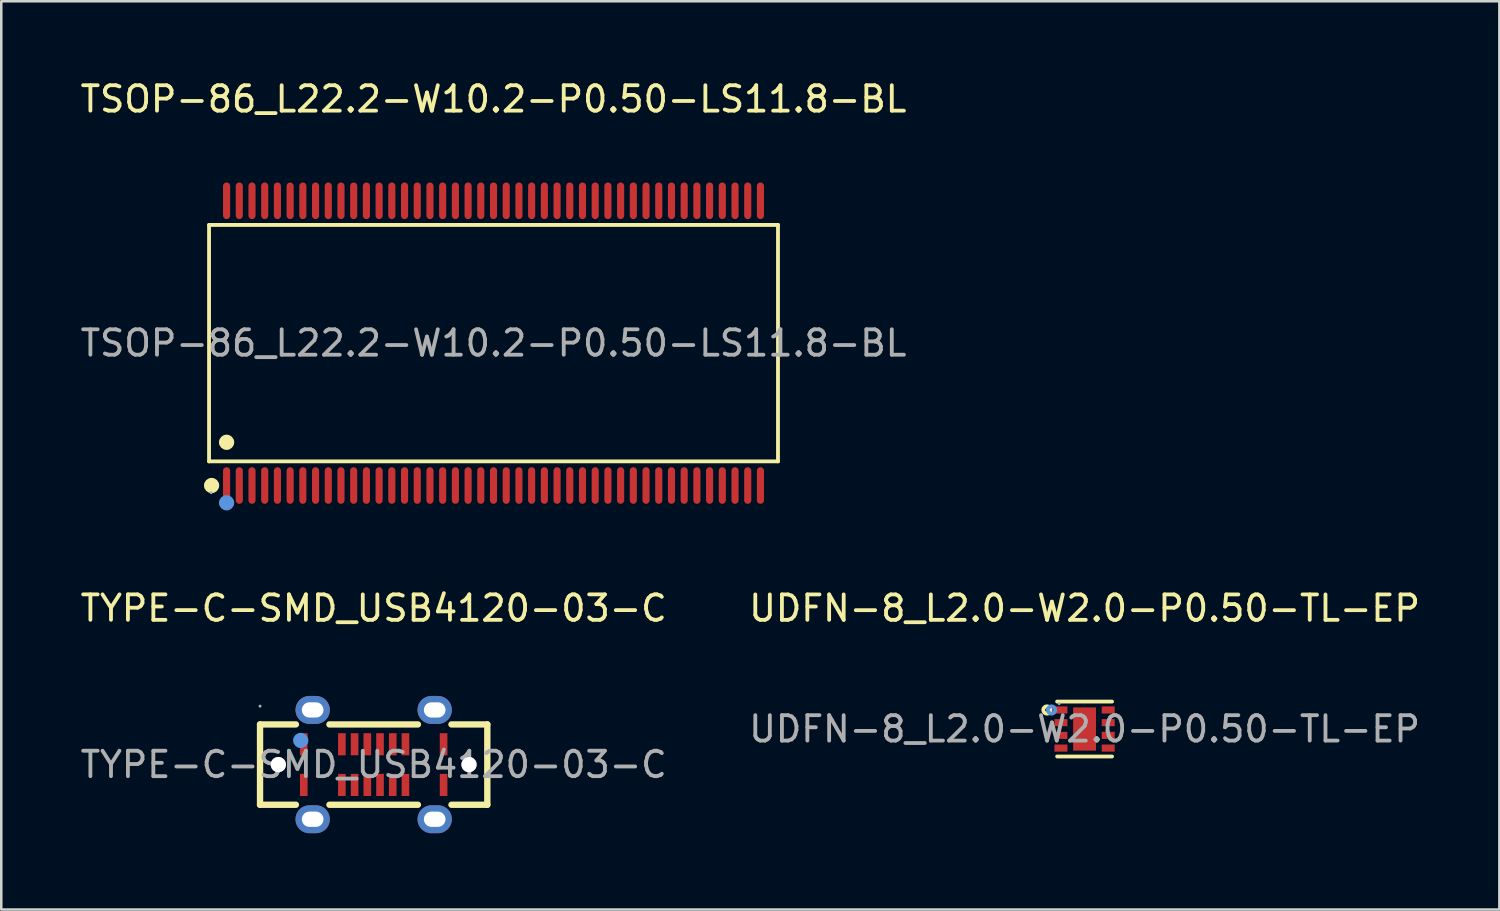
<source format=kicad_pcb>
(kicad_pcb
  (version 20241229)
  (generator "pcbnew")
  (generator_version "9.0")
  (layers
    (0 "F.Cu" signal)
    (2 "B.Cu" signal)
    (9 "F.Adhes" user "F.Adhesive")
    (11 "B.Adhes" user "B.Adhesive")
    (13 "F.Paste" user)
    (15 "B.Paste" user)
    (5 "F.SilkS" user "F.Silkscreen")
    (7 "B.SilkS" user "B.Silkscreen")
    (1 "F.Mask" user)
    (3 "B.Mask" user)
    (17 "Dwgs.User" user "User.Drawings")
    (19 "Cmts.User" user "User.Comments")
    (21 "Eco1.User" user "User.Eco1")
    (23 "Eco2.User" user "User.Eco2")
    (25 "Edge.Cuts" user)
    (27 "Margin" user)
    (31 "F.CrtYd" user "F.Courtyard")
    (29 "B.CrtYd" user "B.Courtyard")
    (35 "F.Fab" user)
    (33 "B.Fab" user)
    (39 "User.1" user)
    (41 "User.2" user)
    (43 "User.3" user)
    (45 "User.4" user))
  (footprint "UDFN-8_L2.0-W2.0-P0.50-TL-EP"
    (layer "F.Cu")
    (at 39.613 25.627)
    (property "Reference" "UDFN-8_L2.0-W2.0-P0.50-TL-EP" (at 0 -4.75 0) (layer "F.SilkS") (effects (font (size 1 1) (thickness 0.15))))
    (attr smd)
    (fp_line (start -1.08 -1.08) (end 1.08 -1.08) (stroke (width 0.15) (type solid)) (layer "F.SilkS"))
    (fp_line (start -1.08 1.08) (end 1.08 1.08) (stroke (width 0.15) (type solid)) (layer "F.SilkS"))
    (fp_circle (center -1.48 -0.75) (end -1.41 -0.75) (stroke (width 0.15) (type solid)) (fill no) (layer "F.SilkS"))
    (fp_circle (center -1.3 -0.75) (end -1.23 -0.75) (stroke (width 0.15) (type solid)) (fill no) (layer "Cmts.User"))
    (fp_circle (center -1 -1) (end -0.97 -1) (stroke (width 0.06) (type solid)) (fill no) (layer "F.Fab"))
    (fp_text user "${REFERENCE}" (at 0 0 0) (layer "F.Fab") (effects (font (size 1 1) (thickness 0.15))))
    (pad "1" smd rect (at -0.93 -0.75) (size 0.51 0.28) (layers "F.Cu" "F.Mask" "F.Paste"))
    (pad "2" smd rect (at -0.93 -0.25) (size 0.51 0.28) (layers "F.Cu" "F.Mask" "F.Paste"))
    (pad "3" smd rect (at -0.93 0.25) (size 0.51 0.28) (layers "F.Cu" "F.Mask" "F.Paste"))
    (pad "4" smd rect (at -0.93 0.75) (size 0.51 0.28) (layers "F.Cu" "F.Mask" "F.Paste"))
    (pad "5" smd rect (at 0.93 0.75) (size 0.51 0.28) (layers "F.Cu" "F.Mask" "F.Paste"))
    (pad "6" smd rect (at 0.93 0.25) (size 0.51 0.28) (layers "F.Cu" "F.Mask" "F.Paste"))
    (pad "7" smd rect (at 0.93 -0.25) (size 0.51 0.28) (layers "F.Cu" "F.Mask" "F.Paste"))
    (pad "8" smd rect (at 0.93 -0.75) (size 0.51 0.28) (layers "F.Cu" "F.Mask" "F.Paste"))
    (pad "9" smd rect (at 0 0) (size 0.9 1.7) (layers "F.Cu" "F.Mask" "F.Paste")))
  (footprint "TSOP-86_L22.2-W10.2-P0.50-LS11.8-BL"
    (layer "F.Cu")
    (at 16.363 10.448)
    (property "Reference" "TSOP-86_L22.2-W10.2-P0.50-LS11.8-BL" (at 0 -9.6 0) (layer "F.SilkS") (effects (font (size 1 1) (thickness 0.15))))
    (attr smd)
    (fp_line (start -11.19 -4.65) (end 11.19 -4.65) (stroke (width 0.15) (type solid)) (layer "F.SilkS"))
    (fp_line (start -11.19 4.65) (end -11.19 -4.65) (stroke (width 0.15) (type solid)) (layer "F.SilkS"))
    (fp_line (start 11.19 -4.65) (end 11.19 4.65) (stroke (width 0.15) (type solid)) (layer "F.SilkS"))
    (fp_line (start 11.19 4.65) (end -11.19 4.65) (stroke (width 0.15) (type solid)) (layer "F.SilkS"))
    (fp_circle (center -11.09 5.6) (end -10.94 5.6) (stroke (width 0.3) (type solid)) (fill no) (layer "F.SilkS"))
    (fp_circle (center -10.5 3.9) (end -10.35 3.9) (stroke (width 0.3) (type solid)) (fill no) (layer "F.SilkS"))
    (fp_circle (center -10.5 6.28) (end -10.35 6.28) (stroke (width 0.3) (type solid)) (fill no) (layer "Cmts.User"))
    (fp_circle (center -11.11 5.88) (end -11.08 5.88) (stroke (width 0.06) (type solid)) (fill no) (layer "F.Fab"))
    (fp_text user "${REFERENCE}" (at 0 0 0) (layer "F.Fab") (effects (font (size 1 1) (thickness 0.15))))
    (pad "1" smd oval (at -10.5 5.6) (size 0.28 1.44) (layers "F.Cu" "F.Mask" "F.Paste"))
    (pad "2" smd oval (at -10 5.6) (size 0.28 1.44) (layers "F.Cu" "F.Mask" "F.Paste"))
    (pad "3" smd oval (at -9.5 5.6) (size 0.28 1.44) (layers "F.Cu" "F.Mask" "F.Paste"))
    (pad "4" smd oval (at -9 5.6) (size 0.28 1.44) (layers "F.Cu" "F.Mask" "F.Paste"))
    (pad "5" smd oval (at -8.5 5.6) (size 0.28 1.44) (layers "F.Cu" "F.Mask" "F.Paste"))
    (pad "6" smd oval (at -8 5.6) (size 0.28 1.44) (layers "F.Cu" "F.Mask" "F.Paste"))
    (pad "7" smd oval (at -7.5 5.6) (size 0.28 1.44) (layers "F.Cu" "F.Mask" "F.Paste"))
    (pad "8" smd oval (at -7 5.6) (size 0.28 1.44) (layers "F.Cu" "F.Mask" "F.Paste"))
    (pad "9" smd oval (at -6.5 5.6) (size 0.28 1.44) (layers "F.Cu" "F.Mask" "F.Paste"))
    (pad "10" smd oval (at -6 5.6) (size 0.28 1.44) (layers "F.Cu" "F.Mask" "F.Paste"))
    (pad "11" smd oval (at -5.5 5.6) (size 0.28 1.44) (layers "F.Cu" "F.Mask" "F.Paste"))
    (pad "12" smd oval (at -5 5.6) (size 0.28 1.44) (layers "F.Cu" "F.Mask" "F.Paste"))
    (pad "13" smd oval (at -4.5 5.6) (size 0.28 1.44) (layers "F.Cu" "F.Mask" "F.Paste"))
    (pad "14" smd oval (at -4 5.6) (size 0.28 1.44) (layers "F.Cu" "F.Mask" "F.Paste"))
    (pad "15" smd oval (at -3.5 5.6) (size 0.28 1.44) (layers "F.Cu" "F.Mask" "F.Paste"))
    (pad "16" smd oval (at -3 5.6) (size 0.28 1.44) (layers "F.Cu" "F.Mask" "F.Paste"))
    (pad "17" smd oval (at -2.5 5.6) (size 0.28 1.44) (layers "F.Cu" "F.Mask" "F.Paste"))
    (pad "18" smd oval (at -2 5.6) (size 0.28 1.44) (layers "F.Cu" "F.Mask" "F.Paste"))
    (pad "19" smd oval (at -1.5 5.6) (size 0.28 1.44) (layers "F.Cu" "F.Mask" "F.Paste"))
    (pad "20" smd oval (at -1 5.6) (size 0.28 1.44) (layers "F.Cu" "F.Mask" "F.Paste"))
    (pad "21" smd oval (at -0.5 5.6) (size 0.28 1.44) (layers "F.Cu" "F.Mask" "F.Paste"))
    (pad "22" smd oval (at 0 5.6) (size 0.28 1.44) (layers "F.Cu" "F.Mask" "F.Paste"))
    (pad "23" smd oval (at 0.5 5.6) (size 0.28 1.44) (layers "F.Cu" "F.Mask" "F.Paste"))
    (pad "24" smd oval (at 1 5.6) (size 0.28 1.44) (layers "F.Cu" "F.Mask" "F.Paste"))
    (pad "25" smd oval (at 1.5 5.6) (size 0.28 1.44) (layers "F.Cu" "F.Mask" "F.Paste"))
    (pad "26" smd oval (at 2 5.6) (size 0.28 1.44) (layers "F.Cu" "F.Mask" "F.Paste"))
    (pad "27" smd oval (at 2.5 5.6) (size 0.28 1.44) (layers "F.Cu" "F.Mask" "F.Paste"))
    (pad "28" smd oval (at 3 5.6) (size 0.28 1.44) (layers "F.Cu" "F.Mask" "F.Paste"))
    (pad "29" smd oval (at 3.5 5.6) (size 0.28 1.44) (layers "F.Cu" "F.Mask" "F.Paste"))
    (pad "30" smd oval (at 4 5.6) (size 0.28 1.44) (layers "F.Cu" "F.Mask" "F.Paste"))
    (pad "31" smd oval (at 4.5 5.6) (size 0.28 1.44) (layers "F.Cu" "F.Mask" "F.Paste"))
    (pad "32" smd oval (at 5 5.6) (size 0.28 1.44) (layers "F.Cu" "F.Mask" "F.Paste"))
    (pad "33" smd oval (at 5.5 5.6) (size 0.28 1.44) (layers "F.Cu" "F.Mask" "F.Paste"))
    (pad "34" smd oval (at 6 5.6) (size 0.28 1.44) (layers "F.Cu" "F.Mask" "F.Paste"))
    (pad "35" smd oval (at 6.5 5.6) (size 0.28 1.44) (layers "F.Cu" "F.Mask" "F.Paste"))
    (pad "36" smd oval (at 7 5.6) (size 0.28 1.44) (layers "F.Cu" "F.Mask" "F.Paste"))
    (pad "37" smd oval (at 7.5 5.6) (size 0.28 1.44) (layers "F.Cu" "F.Mask" "F.Paste"))
    (pad "38" smd oval (at 8 5.6) (size 0.28 1.44) (layers "F.Cu" "F.Mask" "F.Paste"))
    (pad "39" smd oval (at 8.5 5.6) (size 0.28 1.44) (layers "F.Cu" "F.Mask" "F.Paste"))
    (pad "40" smd oval (at 9 5.6) (size 0.28 1.44) (layers "F.Cu" "F.Mask" "F.Paste"))
    (pad "41" smd oval (at 9.5 5.6) (size 0.28 1.44) (layers "F.Cu" "F.Mask" "F.Paste"))
    (pad "42" smd oval (at 10 5.6) (size 0.28 1.44) (layers "F.Cu" "F.Mask" "F.Paste"))
    (pad "43" smd oval (at 10.5 5.6) (size 0.28 1.44) (layers "F.Cu" "F.Mask" "F.Paste"))
    (pad "44" smd oval (at 10.5 -5.6) (size 0.28 1.44) (layers "F.Cu" "F.Mask" "F.Paste"))
    (pad "45" smd oval (at 10 -5.6) (size 0.28 1.44) (layers "F.Cu" "F.Mask" "F.Paste"))
    (pad "46" smd oval (at 9.5 -5.6) (size 0.28 1.44) (layers "F.Cu" "F.Mask" "F.Paste"))
    (pad "47" smd oval (at 9 -5.6) (size 0.28 1.44) (layers "F.Cu" "F.Mask" "F.Paste"))
    (pad "48" smd oval (at 8.5 -5.6) (size 0.28 1.44) (layers "F.Cu" "F.Mask" "F.Paste"))
    (pad "49" smd oval (at 8 -5.6) (size 0.28 1.44) (layers "F.Cu" "F.Mask" "F.Paste"))
    (pad "50" smd oval (at 7.5 -5.6) (size 0.28 1.44) (layers "F.Cu" "F.Mask" "F.Paste"))
    (pad "51" smd oval (at 7 -5.6) (size 0.28 1.44) (layers "F.Cu" "F.Mask" "F.Paste"))
    (pad "52" smd oval (at 6.5 -5.6) (size 0.28 1.44) (layers "F.Cu" "F.Mask" "F.Paste"))
    (pad "53" smd oval (at 6 -5.6) (size 0.28 1.44) (layers "F.Cu" "F.Mask" "F.Paste"))
    (pad "54" smd oval (at 5.5 -5.6) (size 0.28 1.44) (layers "F.Cu" "F.Mask" "F.Paste"))
    (pad "55" smd oval (at 5 -5.6) (size 0.28 1.44) (layers "F.Cu" "F.Mask" "F.Paste"))
    (pad "56" smd oval (at 4.5 -5.6) (size 0.28 1.44) (layers "F.Cu" "F.Mask" "F.Paste"))
    (pad "57" smd oval (at 4 -5.6) (size 0.28 1.44) (layers "F.Cu" "F.Mask" "F.Paste"))
    (pad "58" smd oval (at 3.5 -5.6) (size 0.28 1.44) (layers "F.Cu" "F.Mask" "F.Paste"))
    (pad "59" smd oval (at 3 -5.6) (size 0.28 1.44) (layers "F.Cu" "F.Mask" "F.Paste"))
    (pad "60" smd oval (at 2.5 -5.6) (size 0.28 1.44) (layers "F.Cu" "F.Mask" "F.Paste"))
    (pad "61" smd oval (at 2 -5.6) (size 0.28 1.44) (layers "F.Cu" "F.Mask" "F.Paste"))
    (pad "62" smd oval (at 1.5 -5.6) (size 0.28 1.44) (layers "F.Cu" "F.Mask" "F.Paste"))
    (pad "63" smd oval (at 1 -5.6) (size 0.28 1.44) (layers "F.Cu" "F.Mask" "F.Paste"))
    (pad "64" smd oval (at 0.5 -5.6) (size 0.28 1.44) (layers "F.Cu" "F.Mask" "F.Paste"))
    (pad "65" smd oval (at 0 -5.6) (size 0.28 1.44) (layers "F.Cu" "F.Mask" "F.Paste"))
    (pad "66" smd oval (at -0.5 -5.6) (size 0.28 1.44) (layers "F.Cu" "F.Mask" "F.Paste"))
    (pad "67" smd oval (at -1 -5.6) (size 0.28 1.44) (layers "F.Cu" "F.Mask" "F.Paste"))
    (pad "68" smd oval (at -1.5 -5.6) (size 0.28 1.44) (layers "F.Cu" "F.Mask" "F.Paste"))
    (pad "69" smd oval (at -2 -5.6) (size 0.28 1.44) (layers "F.Cu" "F.Mask" "F.Paste"))
    (pad "70" smd oval (at -2.5 -5.6) (size 0.28 1.44) (layers "F.Cu" "F.Mask" "F.Paste"))
    (pad "71" smd oval (at -3 -5.6) (size 0.28 1.44) (layers "F.Cu" "F.Mask" "F.Paste"))
    (pad "72" smd oval (at -3.5 -5.6) (size 0.28 1.44) (layers "F.Cu" "F.Mask" "F.Paste"))
    (pad "73" smd oval (at -4 -5.6) (size 0.28 1.44) (layers "F.Cu" "F.Mask" "F.Paste"))
    (pad "74" smd oval (at -4.5 -5.6) (size 0.28 1.44) (layers "F.Cu" "F.Mask" "F.Paste"))
    (pad "75" smd oval (at -5 -5.6) (size 0.28 1.44) (layers "F.Cu" "F.Mask" "F.Paste"))
    (pad "76" smd oval (at -5.5 -5.6) (size 0.28 1.44) (layers "F.Cu" "F.Mask" "F.Paste"))
    (pad "77" smd oval (at -6 -5.6) (size 0.28 1.44) (layers "F.Cu" "F.Mask" "F.Paste"))
    (pad "78" smd oval (at -6.5 -5.6) (size 0.28 1.44) (layers "F.Cu" "F.Mask" "F.Paste"))
    (pad "79" smd oval (at -7 -5.6) (size 0.28 1.44) (layers "F.Cu" "F.Mask" "F.Paste"))
    (pad "80" smd oval (at -7.5 -5.6) (size 0.28 1.44) (layers "F.Cu" "F.Mask" "F.Paste"))
    (pad "81" smd oval (at -8 -5.6) (size 0.28 1.44) (layers "F.Cu" "F.Mask" "F.Paste"))
    (pad "82" smd oval (at -8.5 -5.6) (size 0.28 1.44) (layers "F.Cu" "F.Mask" "F.Paste"))
    (pad "83" smd oval (at -9 -5.6) (size 0.28 1.44) (layers "F.Cu" "F.Mask" "F.Paste"))
    (pad "84" smd oval (at -9.5 -5.6) (size 0.28 1.44) (layers "F.Cu" "F.Mask" "F.Paste"))
    (pad "85" smd oval (at -10 -5.6) (size 0.28 1.44) (layers "F.Cu" "F.Mask" "F.Paste"))
    (pad "86" smd oval (at -10.5 -5.6) (size 0.28 1.44) (layers "F.Cu" "F.Mask" "F.Paste")))
  (footprint "TYPE-C-SMD_USB4120-03-C"
    (layer "F.Cu")
    (at 11.649 27.026)
    (property "Reference" "TYPE-C-SMD_USB4120-03-C" (at 0 -6.15 0) (layer "F.SilkS") (effects (font (size 1 1) (thickness 0.15))))
    (attr smd)
    (fp_line (start -4.47 -1.58) (end -3.06 -1.58) (stroke (width 0.25) (type solid)) (layer "F.SilkS"))
    (fp_line (start -4.47 1.58) (end -4.47 -1.58) (stroke (width 0.25) (type solid)) (layer "F.SilkS"))
    (fp_line (start -3.06 1.58) (end -4.47 1.58) (stroke (width 0.25) (type solid)) (layer "F.SilkS"))
    (fp_line (start -1.74 -1.58) (end 1.74 -1.58) (stroke (width 0.25) (type solid)) (layer "F.SilkS"))
    (fp_line (start 1.74 1.58) (end -1.74 1.58) (stroke (width 0.25) (type solid)) (layer "F.SilkS"))
    (fp_line (start 3.06 -1.58) (end 4.47 -1.58) (stroke (width 0.25) (type solid)) (layer "F.SilkS"))
    (fp_line (start 4.47 -1.58) (end 4.47 1.58) (stroke (width 0.25) (type solid)) (layer "F.SilkS"))
    (fp_line (start 4.47 1.58) (end 3.06 1.58) (stroke (width 0.25) (type solid)) (layer "F.SilkS"))
    (fp_circle (center -3.75 0) (end -3.65 0) (stroke (width 0.2) (type solid)) (fill no) (layer "Cmts.User"))
    (fp_circle (center -2.87 -0.95) (end -2.72 -0.95) (stroke (width 0.3) (type solid)) (fill no) (layer "Cmts.User"))
    (fp_circle (center 3.75 0) (end 3.85 0) (stroke (width 0.2) (type solid)) (fill no) (layer "Cmts.User"))
    (fp_circle (center -4.47 -2.3) (end -4.44 -2.3) (stroke (width 0.06) (type solid)) (fill no) (layer "F.Fab"))
    (fp_text user "${REFERENCE}" (at 0 0 0) (layer "F.Fab") (effects (font (size 1 1) (thickness 0.15))))
    (pad "" thru_hole circle (at -3.75 0) (size 0.6 0.6) (drill 0.6) (layers "*.Cu" "*.Mask"))
    (pad "" thru_hole circle (at 3.75 0) (size 0.6 0.6) (drill 0.6) (layers "*.Cu" "*.Mask"))
    (pad "0" thru_hole oval (at -2.4 -2.15 270) (size 1.1 1.35) (drill oval 0.6 0.85) (layers "*.Cu" "*.Paste" "*.Mask"))
    (pad "0" thru_hole oval (at -2.4 2.15 270) (size 1.1 1.35) (drill oval 0.6 0.85) (layers "*.Cu" "*.Paste" "*.Mask"))
    (pad "0" thru_hole oval (at 2.4 -2.15 270) (size 1.1 1.35) (drill oval 0.6 0.85) (layers "*.Cu" "*.Paste" "*.Mask"))
    (pad "0" thru_hole oval (at 2.4 2.15 270) (size 1.1 1.35) (drill oval 0.6 0.85) (layers "*.Cu" "*.Paste" "*.Mask"))
    (pad "A1" smd rect (at -2.75 -0.8) (size 0.3 0.87) (layers "F.Cu" "F.Mask" "F.Paste"))
    (pad "A4" smd rect (at -1.25 -0.8) (size 0.3 0.87) (layers "F.Cu" "F.Mask" "F.Paste"))
    (pad "A5" smd rect (at -0.75 -0.8) (size 0.3 0.87) (layers "F.Cu" "F.Mask" "F.Paste"))
    (pad "A6" smd rect (at -0.25 -0.8) (size 0.3 0.87) (layers "F.Cu" "F.Mask" "F.Paste"))
    (pad "A7" smd rect (at 0.25 -0.8) (size 0.3 0.87) (layers "F.Cu" "F.Mask" "F.Paste"))
    (pad "A8" smd rect (at 0.75 -0.8) (size 0.3 0.87) (layers "F.Cu" "F.Mask" "F.Paste"))
    (pad "A9" smd rect (at 1.25 -0.8) (size 0.3 0.87) (layers "F.Cu" "F.Mask" "F.Paste"))
    (pad "A12" smd rect (at 2.75 -0.8) (size 0.3 0.87) (layers "F.Cu" "F.Mask" "F.Paste"))
    (pad "B1" smd rect (at 2.75 0.8) (size 0.3 0.87) (layers "F.Cu" "F.Mask" "F.Paste"))
    (pad "B4" smd rect (at 1.25 0.8) (size 0.3 0.87) (layers "F.Cu" "F.Mask" "F.Paste"))
    (pad "B5" smd rect (at 0.75 0.8) (size 0.3 0.87) (layers "F.Cu" "F.Mask" "F.Paste"))
    (pad "B6" smd rect (at 0.25 0.8) (size 0.3 0.87) (layers "F.Cu" "F.Mask" "F.Paste"))
    (pad "B7" smd rect (at -0.25 0.8) (size 0.3 0.87) (layers "F.Cu" "F.Mask" "F.Paste"))
    (pad "B8" smd rect (at -0.75 0.8) (size 0.3 0.87) (layers "F.Cu" "F.Mask" "F.Paste"))
    (pad "B9" smd rect (at -1.25 0.8) (size 0.3 0.87) (layers "F.Cu" "F.Mask" "F.Paste"))
    (pad "B12" smd rect (at -2.75 0.8) (size 0.3 0.87) (layers "F.Cu" "F.Mask" "F.Paste")))
  (gr_rect
    (start -3 -3)
    (end 55.929 32.727)
    (stroke (width 0.1) (type default))
    (fill no)
    (layer "Edge.Cuts")))
</source>
